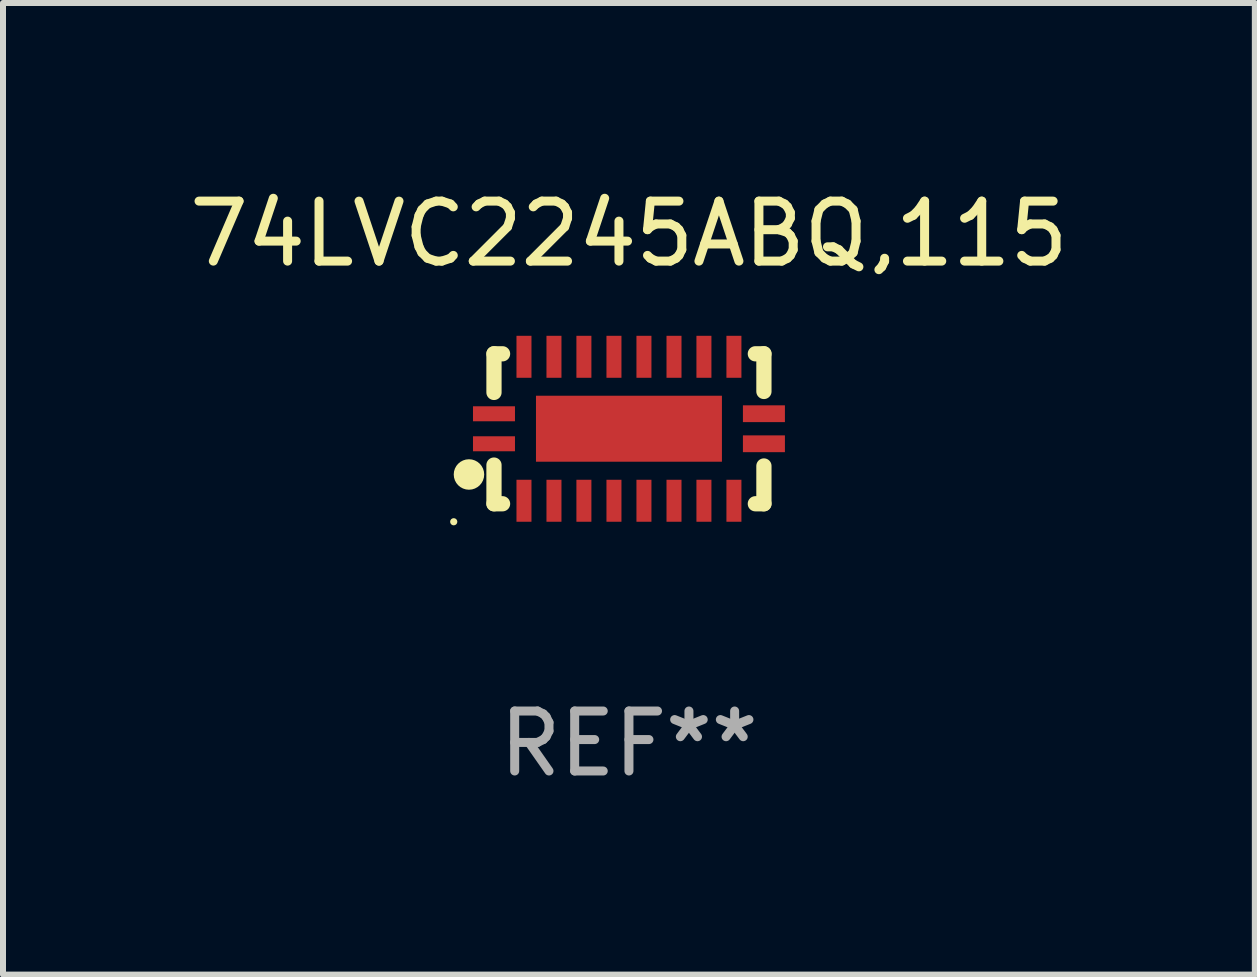
<source format=kicad_pcb>
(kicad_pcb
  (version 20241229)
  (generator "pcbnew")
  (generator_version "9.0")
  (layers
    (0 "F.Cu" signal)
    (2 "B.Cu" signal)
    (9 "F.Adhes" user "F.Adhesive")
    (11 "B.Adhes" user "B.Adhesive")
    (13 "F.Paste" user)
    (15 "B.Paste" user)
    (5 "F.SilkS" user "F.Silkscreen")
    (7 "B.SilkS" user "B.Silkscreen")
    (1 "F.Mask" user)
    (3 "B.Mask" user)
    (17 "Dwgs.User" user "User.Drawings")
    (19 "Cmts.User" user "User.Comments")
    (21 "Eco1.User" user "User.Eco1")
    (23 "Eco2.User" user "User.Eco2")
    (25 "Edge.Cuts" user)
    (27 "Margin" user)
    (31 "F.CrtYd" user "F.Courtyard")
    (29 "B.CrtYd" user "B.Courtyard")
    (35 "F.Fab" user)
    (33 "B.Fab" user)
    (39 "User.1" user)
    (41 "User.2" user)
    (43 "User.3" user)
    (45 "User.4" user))
  (footprint "74LVC2245ABQ,115"
    (layer "F.Cu")
    (at 7.435 4.098)
    (property "Reference" "74LVC2245ABQ,115" (at 0 -3.25 0) (layer "F.SilkS") (effects (font (size 1 1) (thickness 0.15))))
    (attr through_hole)
    (fp_line (start -2.25 0.605) (end -2.25 1.25) (stroke (width 0.254) (type solid)) (layer "F.SilkS"))
    (fp_line (start -2.25 1.25) (end -2.107 1.25) (stroke (width 0.254) (type solid)) (layer "F.SilkS"))
    (fp_line (start -2.25 -1.25) (end -2.25 -0.606) (stroke (width 0.254) (type solid)) (layer "F.SilkS"))
    (fp_line (start -2.25 -1.25) (end -2.107 -1.25) (stroke (width 0.254) (type solid)) (layer "F.SilkS"))
    (fp_line (start 2.107 -1.25) (end 2.25 -1.25) (stroke (width 0.254) (type solid)) (layer "F.SilkS"))
    (fp_line (start 2.107 1.25) (end 2.25 1.25) (stroke (width 0.254) (type solid)) (layer "F.SilkS"))
    (fp_line (start 2.25 -1.25) (end 2.25 -0.622) (stroke (width 0.254) (type solid)) (layer "F.SilkS"))
    (fp_line (start 2.25 0.62) (end 2.25 1.25) (stroke (width 0.254) (type solid)) (layer "F.SilkS"))
    (fp_circle (center -2.921 1.55) (end -2.891 1.55) (stroke (width 0.06) (type solid)) (fill no) (layer "F.SilkS"))
    (fp_circle (center -2.667 0.762) (end -2.54 0.762) (stroke (width 0.254) (type solid)) (fill no) (layer "F.SilkS"))
    (fp_text user "REF**" (at 0 5.25 0) (layer "F.Fab") (effects (font (size 1 1) (thickness 0.15))))
    (pad "1" smd rect (at -2.25 0.25 180) (size 0.7 0.25) (layers "F.Cu" "F.Mask" "F.Paste"))
    (pad "2" smd rect (at -1.75 1.2 90) (size 0.7 0.25) (layers "F.Cu" "F.Mask" "F.Paste"))
    (pad "3" smd rect (at -1.25 1.2 90) (size 0.7 0.25) (layers "F.Cu" "F.Mask" "F.Paste"))
    (pad "4" smd rect (at -0.751 1.2 90) (size 0.7 0.25) (layers "F.Cu" "F.Mask" "F.Paste"))
    (pad "5" smd rect (at -0.25 1.2 90) (size 0.7 0.25) (layers "F.Cu" "F.Mask" "F.Paste"))
    (pad "6" smd rect (at 0.25 1.2 90) (size 0.7 0.25) (layers "F.Cu" "F.Mask" "F.Paste"))
    (pad "7" smd rect (at 0.751 1.2 90) (size 0.7 0.25) (layers "F.Cu" "F.Mask" "F.Paste"))
    (pad "8" smd rect (at 1.25 1.2 90) (size 0.7 0.25) (layers "F.Cu" "F.Mask" "F.Paste"))
    (pad "9" smd rect (at 1.75 1.2 90) (size 0.7 0.25) (layers "F.Cu" "F.Mask" "F.Paste"))
    (pad "10" smd rect (at 2.25 0.25 180) (size 0.7 0.28) (layers "F.Cu" "F.Mask" "F.Paste"))
    (pad "11" smd rect (at 2.25 -0.251 180) (size 0.7 0.28) (layers "F.Cu" "F.Mask" "F.Paste"))
    (pad "12" smd rect (at 1.75 -1.2 90) (size 0.7 0.25) (layers "F.Cu" "F.Mask" "F.Paste"))
    (pad "13" smd rect (at 1.25 -1.2 90) (size 0.7 0.25) (layers "F.Cu" "F.Mask" "F.Paste"))
    (pad "14" smd rect (at 0.751 -1.2 90) (size 0.7 0.25) (layers "F.Cu" "F.Mask" "F.Paste"))
    (pad "15" smd rect (at 0.25 -1.2 90) (size 0.7 0.25) (layers "F.Cu" "F.Mask" "F.Paste"))
    (pad "16" smd rect (at -0.25 -1.2 90) (size 0.7 0.25) (layers "F.Cu" "F.Mask" "F.Paste"))
    (pad "17" smd rect (at -0.751 -1.2 90) (size 0.7 0.25) (layers "F.Cu" "F.Mask" "F.Paste"))
    (pad "18" smd rect (at -1.25 -1.2 90) (size 0.7 0.25) (layers "F.Cu" "F.Mask" "F.Paste"))
    (pad "19" smd rect (at -1.75 -1.2 90) (size 0.7 0.25) (layers "F.Cu" "F.Mask" "F.Paste"))
    (pad "20" smd rect (at -2.25 -0.25 180) (size 0.7 0.25) (layers "F.Cu" "F.Mask" "F.Paste"))
    (pad "21" smd rect (at 0 -0.001 180) (size 3.1 1.1) (layers "F.Cu" "F.Mask" "F.Paste")))
  (gr_rect
    (start -3 -3)
    (end 17.869 13.197)
    (stroke (width 0.1) (type default))
    (fill no)
    (layer "Edge.Cuts")))
</source>
